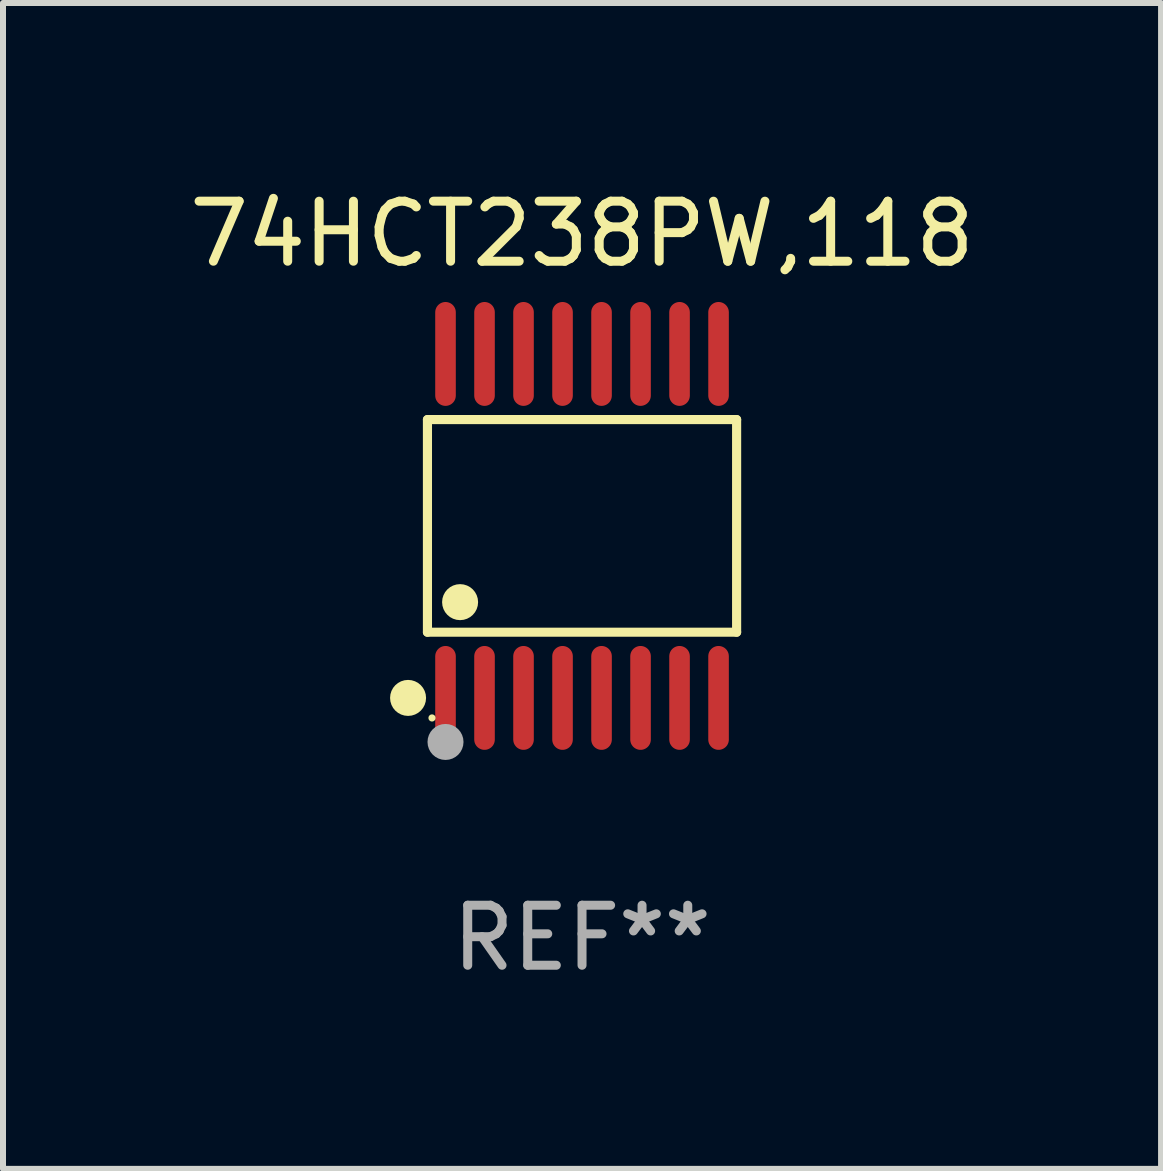
<source format=kicad_pcb>
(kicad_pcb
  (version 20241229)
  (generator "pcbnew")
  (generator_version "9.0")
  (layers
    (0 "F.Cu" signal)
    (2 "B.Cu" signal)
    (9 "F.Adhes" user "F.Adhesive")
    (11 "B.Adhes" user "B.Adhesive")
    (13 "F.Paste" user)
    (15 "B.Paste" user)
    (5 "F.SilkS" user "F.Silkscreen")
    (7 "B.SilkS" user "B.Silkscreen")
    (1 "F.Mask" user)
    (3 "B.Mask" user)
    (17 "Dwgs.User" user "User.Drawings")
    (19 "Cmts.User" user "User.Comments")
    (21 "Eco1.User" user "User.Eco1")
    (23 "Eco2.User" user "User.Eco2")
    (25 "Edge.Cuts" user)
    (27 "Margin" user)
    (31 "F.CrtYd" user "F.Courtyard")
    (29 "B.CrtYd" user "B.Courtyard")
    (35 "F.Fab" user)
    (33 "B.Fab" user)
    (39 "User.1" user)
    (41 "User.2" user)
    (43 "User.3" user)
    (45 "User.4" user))
  (footprint "74HCT238PW,118"
    (layer "F.Cu")
    (at 6.649 5.714)
    (property "Reference" "74HCT238PW,118" (at 0 -4.866 0) (layer "F.SilkS") (effects (font (size 1 1) (thickness 0.15))))
    (attr through_hole)
    (fp_line (start -2.576 -1.772) (end 2.576 -1.772) (stroke (width 0.152) (type solid)) (layer "F.SilkS"))
    (fp_line (start -2.576 1.771) (end -2.576 -1.772) (stroke (width 0.152) (type solid)) (layer "F.SilkS"))
    (fp_line (start 2.576 -1.772) (end 2.576 1.771) (stroke (width 0.152) (type solid)) (layer "F.SilkS"))
    (fp_line (start 2.576 1.771) (end -2.576 1.771) (stroke (width 0.152) (type solid)) (layer "F.SilkS"))
    (fp_circle (center -2.899 2.866) (end -2.749 2.866) (stroke (width 0.3) (type solid)) (fill no) (layer "F.SilkS"))
    (fp_circle (center -2.5 3.2) (end -2.47 3.2) (stroke (width 0.06) (type solid)) (fill no) (layer "F.SilkS"))
    (fp_circle (center -2.032 1.27) (end -1.882 1.27) (stroke (width 0.3) (type solid)) (fill no) (layer "F.SilkS"))
    (fp_circle (center -2.275 3.6) (end -2.125 3.6) (stroke (width 0.3) (type solid)) (fill no) (layer "F.Fab"))
    (fp_text user "REF**" (at 0 6.866 0) (layer "F.Fab") (effects (font (size 1 1) (thickness 0.15))))
    (pad "1" smd oval (at -2.275 2.866) (size 0.343 1.731) (layers "F.Cu" "F.Mask" "F.Paste"))
    (pad "2" smd oval (at -1.625 2.866) (size 0.343 1.731) (layers "F.Cu" "F.Mask" "F.Paste"))
    (pad "3" smd oval (at -0.975 2.866) (size 0.343 1.731) (layers "F.Cu" "F.Mask" "F.Paste"))
    (pad "4" smd oval (at -0.325 2.866) (size 0.343 1.731) (layers "F.Cu" "F.Mask" "F.Paste"))
    (pad "5" smd oval (at 0.325 2.866) (size 0.343 1.731) (layers "F.Cu" "F.Mask" "F.Paste"))
    (pad "6" smd oval (at 0.975 2.866) (size 0.343 1.731) (layers "F.Cu" "F.Mask" "F.Paste"))
    (pad "7" smd oval (at 1.625 2.866) (size 0.343 1.731) (layers "F.Cu" "F.Mask" "F.Paste"))
    (pad "8" smd oval (at 2.275 2.866) (size 0.343 1.731) (layers "F.Cu" "F.Mask" "F.Paste"))
    (pad "9" smd oval (at 2.275 -2.866) (size 0.343 1.731) (layers "F.Cu" "F.Mask" "F.Paste"))
    (pad "10" smd oval (at 1.625 -2.866) (size 0.343 1.731) (layers "F.Cu" "F.Mask" "F.Paste"))
    (pad "11" smd oval (at 0.975 -2.866) (size 0.343 1.731) (layers "F.Cu" "F.Mask" "F.Paste"))
    (pad "12" smd oval (at 0.325 -2.866) (size 0.343 1.731) (layers "F.Cu" "F.Mask" "F.Paste"))
    (pad "13" smd oval (at -0.325 -2.866) (size 0.343 1.731) (layers "F.Cu" "F.Mask" "F.Paste"))
    (pad "14" smd oval (at -0.975 -2.866) (size 0.343 1.731) (layers "F.Cu" "F.Mask" "F.Paste"))
    (pad "15" smd oval (at -1.625 -2.866) (size 0.343 1.731) (layers "F.Cu" "F.Mask" "F.Paste"))
    (pad "16" smd oval (at -2.275 -2.866) (size 0.343 1.731) (layers "F.Cu" "F.Mask" "F.Paste")))
  (gr_rect
    (start -3 -3)
    (end 16.298 16.428)
    (stroke (width 0.1) (type default))
    (fill no)
    (layer "Edge.Cuts")))
</source>
